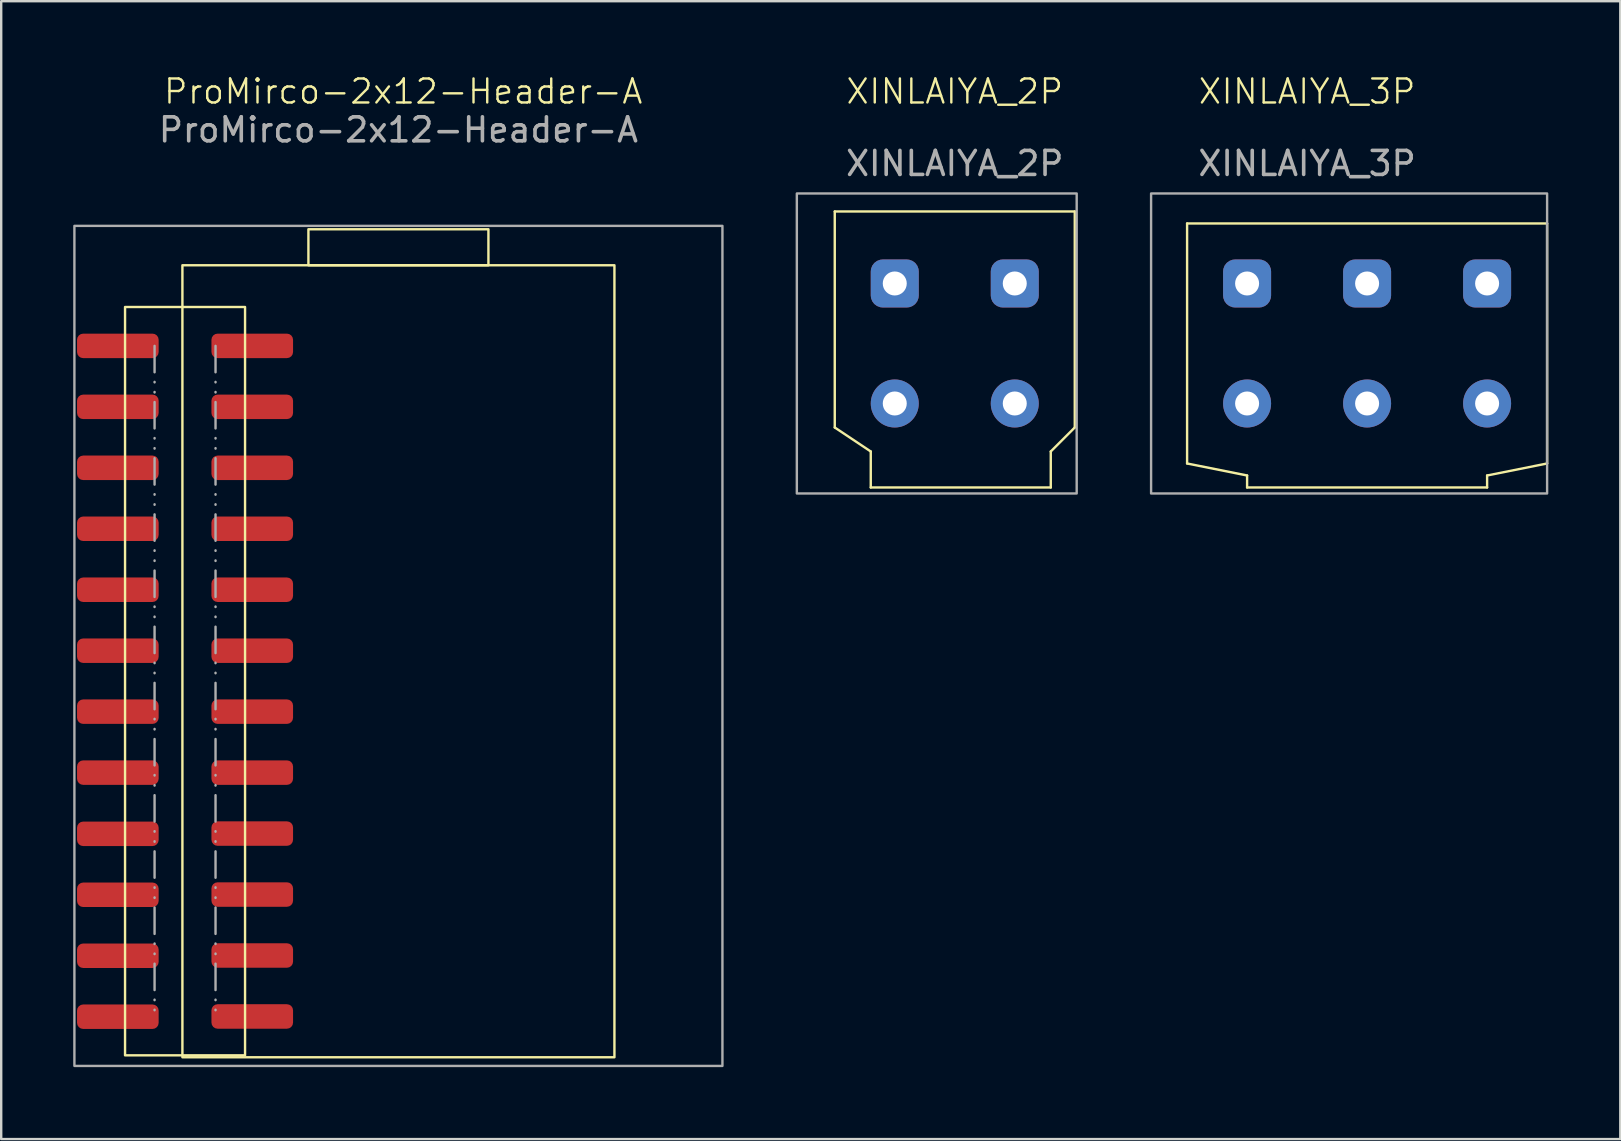
<source format=kicad_pcb>
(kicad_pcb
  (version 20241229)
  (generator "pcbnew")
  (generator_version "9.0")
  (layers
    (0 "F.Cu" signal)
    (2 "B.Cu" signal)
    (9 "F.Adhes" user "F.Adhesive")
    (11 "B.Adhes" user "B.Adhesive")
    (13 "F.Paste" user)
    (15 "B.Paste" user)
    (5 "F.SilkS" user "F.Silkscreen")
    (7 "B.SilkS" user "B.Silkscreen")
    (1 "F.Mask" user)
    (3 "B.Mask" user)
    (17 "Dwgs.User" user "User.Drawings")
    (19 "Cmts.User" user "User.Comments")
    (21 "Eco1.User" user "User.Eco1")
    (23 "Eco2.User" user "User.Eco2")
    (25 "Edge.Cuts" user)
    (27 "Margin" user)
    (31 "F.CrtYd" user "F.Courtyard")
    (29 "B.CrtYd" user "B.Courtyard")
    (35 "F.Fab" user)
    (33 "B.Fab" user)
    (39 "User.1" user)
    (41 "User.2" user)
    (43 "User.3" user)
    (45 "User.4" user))
  (footprint "XINLAIYA_2P"
    (layer "F.Cu")
    (at 36.73 11.261)
    (property "Reference" "XINLAIYA_2P" (at 0 -10.5 0) (unlocked yes) (layer "F.SilkS") (effects (font (size 1 1) (thickness 0.1))))
    (attr through_hole)
    (fp_line (start -5 -5.5) (end 5 -5.5) (stroke (width 0.1) (type default)) (layer "F.SilkS"))
    (fp_line (start -5 3.5) (end -5 -5.5) (stroke (width 0.1) (type default)) (layer "F.SilkS"))
    (fp_line (start -3.5 4.5) (end -5 3.5) (stroke (width 0.1) (type default)) (layer "F.SilkS"))
    (fp_line (start -3.5 6) (end -3.5 4.5) (stroke (width 0.1) (type default)) (layer "F.SilkS"))
    (fp_line (start 4 4.5) (end 4 6) (stroke (width 0.1) (type default)) (layer "F.SilkS"))
    (fp_line (start 4 6) (end -3.5 6) (stroke (width 0.1) (type default)) (layer "F.SilkS"))
    (fp_line (start 5 -5.5) (end 5 3.5) (stroke (width 0.1) (type default)) (layer "F.SilkS"))
    (fp_line (start 5 3.5) (end 4 4.5) (stroke (width 0.1) (type default)) (layer "F.SilkS"))
    (fp_rect (start -6.58 -6.25) (end 5.08 6.25) (stroke (width 0.1) (type default)) (fill no) (layer "F.Fab"))
    (fp_text user "${REFERENCE}" (at 0 -7.5 0) (unlocked yes) (layer "F.Fab") (effects (font (size 1 1) (thickness 0.15))))
    (pad "1" thru_hole roundrect (at -2.5 -2.5) (size 2 2) (drill 1) (layers "*.Cu" "*.Mask") (roundrect_rratio 0.25))
    (pad "1" thru_hole circle (at -2.5 2.5) (size 2 2) (drill 1) (layers "*.Cu" "*.Mask"))
    (pad "2" thru_hole roundrect (at 2.5 -2.5) (size 2 2) (drill 1) (layers "*.Cu" "*.Mask") (roundrect_rratio 0.25))
    (pad "2" thru_hole circle (at 2.5 2.5) (size 2 2) (drill 1) (layers "*.Cu" "*.Mask")))
  (footprint "ProMirco-2x12-Header-A"
    (layer "F.Cu")
    (at 13.55 11.361)
    (property "Reference" "ProMirco-2x12-Header-A" (at 0.2 -10.6 0) (unlocked yes) (layer "F.SilkS") (effects (font (size 1 1) (thickness 0.1))))
    (attr smd)
    (fp_rect (start -11.39 -1.62) (end -6.39 29.56) (stroke (width 0.1) (type default)) (fill no) (layer "F.SilkS"))
    (fp_rect (start -9 -3.36) (end 9 29.64) (stroke (width 0.1) (type default)) (fill no) (layer "F.SilkS"))
    (fp_rect (start 3.75 -3.36) (end -3.75 -4.86) (stroke (width 0.1) (type default)) (fill no) (layer "F.SilkS"))
    (fp_line (start -10.16 0) (end -10.16 27.94) (stroke (width 0.1) (type dash_dot_dot)) (layer "F.Fab"))
    (fp_line (start -7.62 0) (end -7.62 27.94) (stroke (width 0.1) (type dash_dot_dot)) (layer "F.Fab"))
    (fp_rect (start -13.5 -5) (end 13.5 30) (stroke (width 0.1) (type default)) (fill no) (layer "F.Fab"))
    (fp_rect (start 7.62 0) (end -7.62 27.94) (stroke (width 0.1) (type dot)) (fill no) (layer "User.1"))
    (fp_text user "${REFERENCE}" (at 0 -9 0) (unlocked yes) (layer "F.Fab") (effects (font (size 1 1) (thickness 0.15))))
    (pad "1" smd roundrect (at -11.69 0) (size 3.4 1.02) (layers "F.Cu" "F.Mask" "F.Paste") (roundrect_rratio 0.25))
    (pad "1" smd roundrect (at -6.09 0) (size 3.4 1.02) (layers "F.Cu" "F.Mask" "F.Paste") (roundrect_rratio 0.25))
    (pad "2" smd roundrect (at -11.69 2.54) (size 3.4 1.02) (layers "F.Cu" "F.Mask" "F.Paste") (roundrect_rratio 0.25))
    (pad "2" smd roundrect (at -6.09 2.54) (size 3.4 1.02) (layers "F.Cu" "F.Mask" "F.Paste") (roundrect_rratio 0.25))
    (pad "3" smd roundrect (at -11.69 5.08) (size 3.4 1.02) (layers "F.Cu" "F.Mask" "F.Paste") (roundrect_rratio 0.25))
    (pad "3" smd roundrect (at -6.09 5.08) (size 3.4 1.02) (layers "F.Cu" "F.Mask" "F.Paste") (roundrect_rratio 0.25))
    (pad "4" smd roundrect (at -11.69 7.62) (size 3.4 1.02) (layers "F.Cu" "F.Mask" "F.Paste") (roundrect_rratio 0.25))
    (pad "4" smd roundrect (at -6.09 7.62) (size 3.4 1.02) (layers "F.Cu" "F.Mask" "F.Paste") (roundrect_rratio 0.25))
    (pad "5" smd roundrect (at -11.69 10.16) (size 3.4 1.02) (layers "F.Cu" "F.Mask" "F.Paste") (roundrect_rratio 0.25))
    (pad "5" smd roundrect (at -6.09 10.16) (size 3.4 1.02) (layers "F.Cu" "F.Mask" "F.Paste") (roundrect_rratio 0.25))
    (pad "6" smd roundrect (at -11.69 12.7) (size 3.4 1.02) (layers "F.Cu" "F.Mask" "F.Paste") (roundrect_rratio 0.25))
    (pad "6" smd roundrect (at -6.09 12.7) (size 3.4 1.02) (layers "F.Cu" "F.Mask" "F.Paste") (roundrect_rratio 0.25))
    (pad "7" smd roundrect (at -11.69 15.24) (size 3.4 1.02) (layers "F.Cu" "F.Mask" "F.Paste") (roundrect_rratio 0.25))
    (pad "7" smd roundrect (at -6.09 15.24) (size 3.4 1.02) (layers "F.Cu" "F.Mask" "F.Paste") (roundrect_rratio 0.25))
    (pad "8" smd roundrect (at -11.69 17.78) (size 3.4 1.02) (layers "F.Cu" "F.Mask" "F.Paste") (roundrect_rratio 0.25))
    (pad "8" smd roundrect (at -6.09 17.78) (size 3.4 1.02) (layers "F.Cu" "F.Mask" "F.Paste") (roundrect_rratio 0.25))
    (pad "9" smd roundrect (at -11.69 20.33) (size 3.4 1.02) (layers "F.Cu" "F.Mask" "F.Paste") (roundrect_rratio 0.25))
    (pad "9" smd roundrect (at -6.09 20.32) (size 3.4 1.02) (layers "F.Cu" "F.Mask" "F.Paste") (roundrect_rratio 0.25))
    (pad "10" smd roundrect (at -11.69 22.87) (size 3.4 1.02) (layers "F.Cu" "F.Mask" "F.Paste") (roundrect_rratio 0.25))
    (pad "10" smd roundrect (at -6.09 22.86) (size 3.4 1.02) (layers "F.Cu" "F.Mask" "F.Paste") (roundrect_rratio 0.25))
    (pad "11" smd roundrect (at -11.69 25.41) (size 3.4 1.02) (layers "F.Cu" "F.Mask" "F.Paste") (roundrect_rratio 0.25))
    (pad "11" smd roundrect (at -6.09 25.4) (size 3.4 1.02) (layers "F.Cu" "F.Mask" "F.Paste") (roundrect_rratio 0.25))
    (pad "12" smd roundrect (at -11.69 27.95) (size 3.4 1.02) (layers "F.Cu" "F.Mask" "F.Paste") (roundrect_rratio 0.25))
    (pad "12" smd roundrect (at -6.09 27.94) (size 3.4 1.02) (layers "F.Cu" "F.Mask" "F.Paste") (roundrect_rratio 0.25)))
  (footprint "XINLAIYA_3P"
    (layer "F.Cu")
    (at 53.91 11.261)
    (property "Reference" "XINLAIYA_3P" (at -2.5 -10.5 0) (unlocked yes) (layer "F.SilkS") (effects (font (size 1 1) (thickness 0.1))))
    (attr through_hole)
    (fp_line (start -7.5 -5) (end 7.5 -5) (stroke (width 0.1) (type default)) (layer "F.SilkS"))
    (fp_line (start -7.5 5) (end -7.5 -5) (stroke (width 0.1) (type default)) (layer "F.SilkS"))
    (fp_line (start -5 5.5) (end -7.5 5) (stroke (width 0.1) (type default)) (layer "F.SilkS"))
    (fp_line (start -5 6) (end -5 5.5) (stroke (width 0.1) (type default)) (layer "F.SilkS"))
    (fp_line (start 5 5.5) (end 5 6) (stroke (width 0.1) (type default)) (layer "F.SilkS"))
    (fp_line (start 5 6) (end -5 6) (stroke (width 0.1) (type default)) (layer "F.SilkS"))
    (fp_line (start 7.5 -5) (end 7.5 5) (stroke (width 0.1) (type default)) (layer "F.SilkS"))
    (fp_line (start 7.5 5) (end 5 5.5) (stroke (width 0.1) (type default)) (layer "F.SilkS"))
    (fp_rect (start -9 -6.25) (end 7.5 6.25) (stroke (width 0.1) (type default)) (fill no) (layer "F.Fab"))
    (fp_text user "${REFERENCE}" (at -2.5 -7.5 0) (unlocked yes) (layer "F.Fab") (effects (font (size 1 1) (thickness 0.15))))
    (pad "1" thru_hole roundrect (at -5 -2.5) (size 2 2) (drill 1) (layers "*.Cu" "*.Mask") (roundrect_rratio 0.25))
    (pad "1" thru_hole circle (at -5 2.5) (size 2 2) (drill 1) (layers "*.Cu" "*.Mask"))
    (pad "2" thru_hole roundrect (at 0 -2.5) (size 2 2) (drill 1) (layers "*.Cu" "*.Mask") (roundrect_rratio 0.25))
    (pad "2" thru_hole circle (at 0 2.5) (size 2 2) (drill 1) (layers "*.Cu" "*.Mask"))
    (pad "3" thru_hole roundrect (at 5 -2.5) (size 2 2) (drill 1) (layers "*.Cu" "*.Mask") (roundrect_rratio 0.25))
    (pad "3" thru_hole circle (at 5 2.5) (size 2 2) (drill 1) (layers "*.Cu" "*.Mask")))
  (gr_rect
    (start -3 -3)
    (end 64.46 44.41)
    (stroke (width 0.1) (type default))
    (fill no)
    (layer "Edge.Cuts")))
</source>
